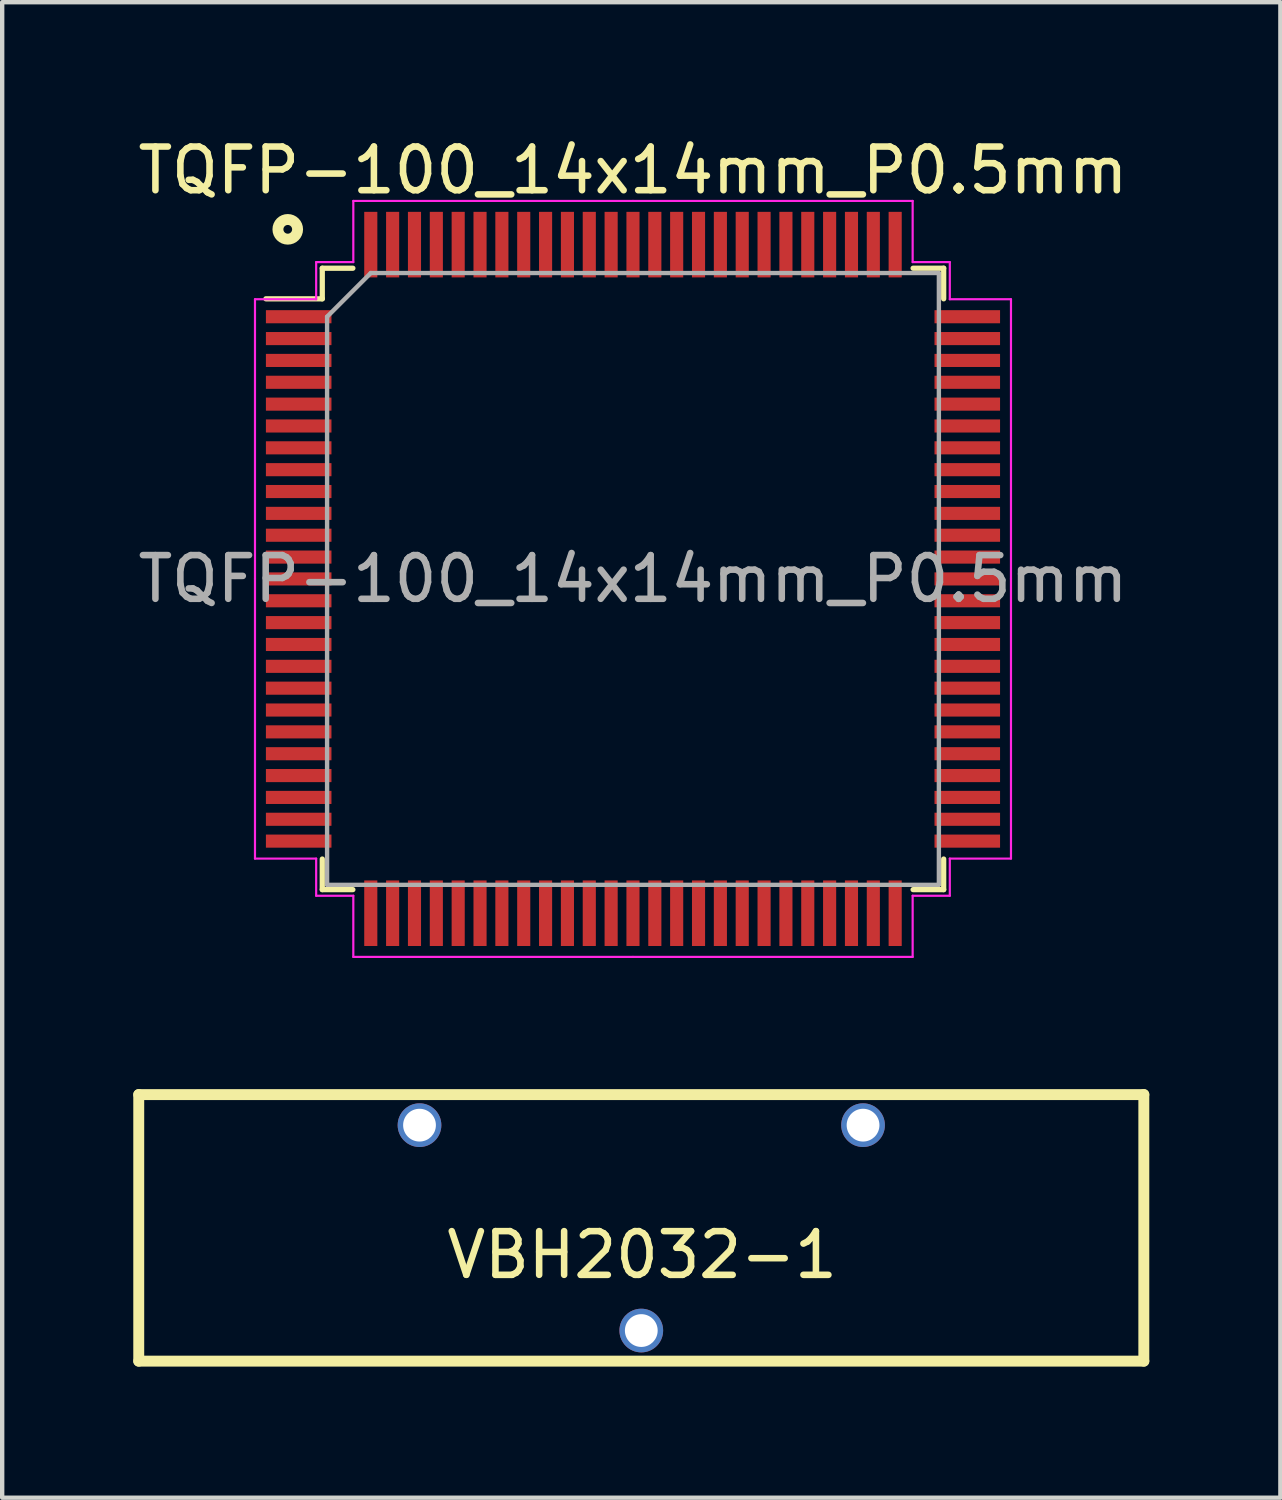
<source format=kicad_pcb>
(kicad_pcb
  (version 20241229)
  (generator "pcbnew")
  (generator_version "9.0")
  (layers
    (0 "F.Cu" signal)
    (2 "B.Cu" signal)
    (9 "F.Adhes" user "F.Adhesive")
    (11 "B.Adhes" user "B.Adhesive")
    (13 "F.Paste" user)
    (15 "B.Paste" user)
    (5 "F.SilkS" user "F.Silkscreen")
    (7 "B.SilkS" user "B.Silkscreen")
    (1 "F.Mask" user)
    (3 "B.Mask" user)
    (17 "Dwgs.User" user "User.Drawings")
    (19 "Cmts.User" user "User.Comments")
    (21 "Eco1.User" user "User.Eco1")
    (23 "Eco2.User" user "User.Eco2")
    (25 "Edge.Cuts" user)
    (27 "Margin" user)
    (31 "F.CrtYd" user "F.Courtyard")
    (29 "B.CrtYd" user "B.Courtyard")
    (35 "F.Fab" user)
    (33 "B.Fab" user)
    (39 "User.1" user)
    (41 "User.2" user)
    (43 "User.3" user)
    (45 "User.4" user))
  (footprint "VBH2032-1"
    (layer "F.Cu")
    (at 11.625 24.598)
    (property "Reference" "VBH2032-1" (at 0.02 1.07 0) (layer "F.SilkS") (effects (font (size 1 1) (thickness 0.15))))
    (attr through_hole)
    (fp_line (start -11.5 -2.6) (end 11.5 -2.6) (stroke (width 0.25) (type solid)) (layer "F.SilkS"))
    (fp_line (start -11.5 3.5) (end -11.5 -2.6) (stroke (width 0.25) (type solid)) (layer "F.SilkS"))
    (fp_line (start 11.5 -2.6) (end 11.5 3.5) (stroke (width 0.25) (type solid)) (layer "F.SilkS"))
    (fp_line (start 11.5 3.5) (end -11.5 3.5) (stroke (width 0.25) (type solid)) (layer "F.SilkS"))
    (pad "1" thru_hole circle (at 0 2.8) (size 1 1) (drill 0.75) (layers "*.Cu" "*.Mask"))
    (pad "2" thru_hole circle (at 5.075 -1.9) (size 1 1) (drill 0.75) (layers "*.Cu" "*.Mask"))
    (pad "3" thru_hole circle (at -5.075 -1.9) (size 1 1) (drill 0.75) (layers "*.Cu" "*.Mask")))
  (footprint "TQFP-100_14x14mm_P0.5mm"
    (layer "F.Cu")
    (at 11.435 10.198)
    (property "Reference" "TQFP-100_14x14mm_P0.5mm" (at 0 -9.35 0) (layer "F.SilkS") (effects (font (size 1 1) (thickness 0.15))))
    (attr smd)
    (fp_line (start -7.11 -7.11) (end -7.11 -6.41) (stroke (width 0.12) (type solid)) (layer "F.SilkS"))
    (fp_line (start -7.11 -6.41) (end -8.4 -6.41) (stroke (width 0.12) (type solid)) (layer "F.SilkS"))
    (fp_line (start -7.11 7.11) (end -7.11 6.41) (stroke (width 0.12) (type solid)) (layer "F.SilkS"))
    (fp_line (start -6.41 -7.11) (end -7.11 -7.11) (stroke (width 0.12) (type solid)) (layer "F.SilkS"))
    (fp_line (start -6.41 7.11) (end -7.11 7.11) (stroke (width 0.12) (type solid)) (layer "F.SilkS"))
    (fp_line (start 6.41 -7.11) (end 7.11 -7.11) (stroke (width 0.12) (type solid)) (layer "F.SilkS"))
    (fp_line (start 6.41 7.11) (end 7.11 7.11) (stroke (width 0.12) (type solid)) (layer "F.SilkS"))
    (fp_line (start 7.11 -7.11) (end 7.11 -6.41) (stroke (width 0.12) (type solid)) (layer "F.SilkS"))
    (fp_line (start 7.11 7.11) (end 7.11 6.41) (stroke (width 0.12) (type solid)) (layer "F.SilkS"))
    (fp_circle (center -7.9 -8) (end -7.9 -7.9) (stroke (width 0.25) (type solid)) (fill no) (layer "F.SilkS"))
    (fp_line (start -8.65 -6.4) (end -8.65 0) (stroke (width 0.05) (type solid)) (layer "F.CrtYd"))
    (fp_line (start -8.65 6.4) (end -8.65 0) (stroke (width 0.05) (type solid)) (layer "F.CrtYd"))
    (fp_line (start -7.25 -7.25) (end -7.25 -6.4) (stroke (width 0.05) (type solid)) (layer "F.CrtYd"))
    (fp_line (start -7.25 -6.4) (end -8.65 -6.4) (stroke (width 0.05) (type solid)) (layer "F.CrtYd"))
    (fp_line (start -7.25 6.4) (end -8.65 6.4) (stroke (width 0.05) (type solid)) (layer "F.CrtYd"))
    (fp_line (start -7.25 7.25) (end -7.25 6.4) (stroke (width 0.05) (type solid)) (layer "F.CrtYd"))
    (fp_line (start -6.4 -8.65) (end -6.4 -7.25) (stroke (width 0.05) (type solid)) (layer "F.CrtYd"))
    (fp_line (start -6.4 -7.25) (end -7.25 -7.25) (stroke (width 0.05) (type solid)) (layer "F.CrtYd"))
    (fp_line (start -6.4 7.25) (end -7.25 7.25) (stroke (width 0.05) (type solid)) (layer "F.CrtYd"))
    (fp_line (start -6.4 8.65) (end -6.4 7.25) (stroke (width 0.05) (type solid)) (layer "F.CrtYd"))
    (fp_line (start 0 -8.65) (end -6.4 -8.65) (stroke (width 0.05) (type solid)) (layer "F.CrtYd"))
    (fp_line (start 0 -8.65) (end 6.4 -8.65) (stroke (width 0.05) (type solid)) (layer "F.CrtYd"))
    (fp_line (start 0 8.65) (end -6.4 8.65) (stroke (width 0.05) (type solid)) (layer "F.CrtYd"))
    (fp_line (start 0 8.65) (end 6.4 8.65) (stroke (width 0.05) (type solid)) (layer "F.CrtYd"))
    (fp_line (start 6.4 -8.65) (end 6.4 -7.25) (stroke (width 0.05) (type solid)) (layer "F.CrtYd"))
    (fp_line (start 6.4 -7.25) (end 7.25 -7.25) (stroke (width 0.05) (type solid)) (layer "F.CrtYd"))
    (fp_line (start 6.4 7.25) (end 7.25 7.25) (stroke (width 0.05) (type solid)) (layer "F.CrtYd"))
    (fp_line (start 6.4 8.65) (end 6.4 7.25) (stroke (width 0.05) (type solid)) (layer "F.CrtYd"))
    (fp_line (start 7.25 -7.25) (end 7.25 -6.4) (stroke (width 0.05) (type solid)) (layer "F.CrtYd"))
    (fp_line (start 7.25 -6.4) (end 8.65 -6.4) (stroke (width 0.05) (type solid)) (layer "F.CrtYd"))
    (fp_line (start 7.25 6.4) (end 8.65 6.4) (stroke (width 0.05) (type solid)) (layer "F.CrtYd"))
    (fp_line (start 7.25 7.25) (end 7.25 6.4) (stroke (width 0.05) (type solid)) (layer "F.CrtYd"))
    (fp_line (start 8.65 -6.4) (end 8.65 0) (stroke (width 0.05) (type solid)) (layer "F.CrtYd"))
    (fp_line (start 8.65 6.4) (end 8.65 0) (stroke (width 0.05) (type solid)) (layer "F.CrtYd"))
    (fp_line (start -7 -6) (end -6 -7) (stroke (width 0.1) (type solid)) (layer "F.Fab"))
    (fp_line (start -7 7) (end -7 -6) (stroke (width 0.1) (type solid)) (layer "F.Fab"))
    (fp_line (start -6 -7) (end 7 -7) (stroke (width 0.1) (type solid)) (layer "F.Fab"))
    (fp_line (start 7 -7) (end 7 7) (stroke (width 0.1) (type solid)) (layer "F.Fab"))
    (fp_line (start 7 7) (end -7 7) (stroke (width 0.1) (type solid)) (layer "F.Fab"))
    (fp_text user "${REFERENCE}" (at 0 0 0) (layer "F.Fab") (effects (font (size 1 1) (thickness 0.15))))
    (pad "1" smd rect (at -7.65 -6) (size 1.5 0.3) (layers "F.Cu" "F.Mask" "F.Paste"))
    (pad "2" smd rect (at -7.65 -5.5) (size 1.5 0.3) (layers "F.Cu" "F.Mask" "F.Paste"))
    (pad "3" smd rect (at -7.65 -5) (size 1.5 0.3) (layers "F.Cu" "F.Mask" "F.Paste"))
    (pad "4" smd rect (at -7.65 -4.5) (size 1.5 0.3) (layers "F.Cu" "F.Mask" "F.Paste"))
    (pad "5" smd rect (at -7.65 -4) (size 1.5 0.3) (layers "F.Cu" "F.Mask" "F.Paste"))
    (pad "6" smd rect (at -7.65 -3.5) (size 1.5 0.3) (layers "F.Cu" "F.Mask" "F.Paste"))
    (pad "7" smd rect (at -7.65 -3) (size 1.5 0.3) (layers "F.Cu" "F.Mask" "F.Paste"))
    (pad "8" smd rect (at -7.65 -2.5) (size 1.5 0.3) (layers "F.Cu" "F.Mask" "F.Paste"))
    (pad "9" smd rect (at -7.65 -2) (size 1.5 0.3) (layers "F.Cu" "F.Mask" "F.Paste"))
    (pad "10" smd rect (at -7.65 -1.5) (size 1.5 0.3) (layers "F.Cu" "F.Mask" "F.Paste"))
    (pad "11" smd rect (at -7.65 -1) (size 1.5 0.3) (layers "F.Cu" "F.Mask" "F.Paste"))
    (pad "12" smd rect (at -7.65 -0.5) (size 1.5 0.3) (layers "F.Cu" "F.Mask" "F.Paste"))
    (pad "13" smd rect (at -7.65 0) (size 1.5 0.3) (layers "F.Cu" "F.Mask" "F.Paste"))
    (pad "14" smd rect (at -7.65 0.5) (size 1.5 0.3) (layers "F.Cu" "F.Mask" "F.Paste"))
    (pad "15" smd rect (at -7.65 1) (size 1.5 0.3) (layers "F.Cu" "F.Mask" "F.Paste"))
    (pad "16" smd rect (at -7.65 1.5) (size 1.5 0.3) (layers "F.Cu" "F.Mask" "F.Paste"))
    (pad "17" smd rect (at -7.65 2) (size 1.5 0.3) (layers "F.Cu" "F.Mask" "F.Paste"))
    (pad "18" smd rect (at -7.65 2.5) (size 1.5 0.3) (layers "F.Cu" "F.Mask" "F.Paste"))
    (pad "19" smd rect (at -7.65 3) (size 1.5 0.3) (layers "F.Cu" "F.Mask" "F.Paste"))
    (pad "20" smd rect (at -7.65 3.5) (size 1.5 0.3) (layers "F.Cu" "F.Mask" "F.Paste"))
    (pad "21" smd rect (at -7.65 4) (size 1.5 0.3) (layers "F.Cu" "F.Mask" "F.Paste"))
    (pad "22" smd rect (at -7.65 4.5) (size 1.5 0.3) (layers "F.Cu" "F.Mask" "F.Paste"))
    (pad "23" smd rect (at -7.65 5) (size 1.5 0.3) (layers "F.Cu" "F.Mask" "F.Paste"))
    (pad "24" smd rect (at -7.65 5.5) (size 1.5 0.3) (layers "F.Cu" "F.Mask" "F.Paste"))
    (pad "25" smd rect (at -7.65 6) (size 1.5 0.3) (layers "F.Cu" "F.Mask" "F.Paste"))
    (pad "26" smd rect (at -6 7.65) (size 0.3 1.5) (layers "F.Cu" "F.Mask" "F.Paste"))
    (pad "27" smd rect (at -5.5 7.65) (size 0.3 1.5) (layers "F.Cu" "F.Mask" "F.Paste"))
    (pad "28" smd rect (at -5 7.65) (size 0.3 1.5) (layers "F.Cu" "F.Mask" "F.Paste"))
    (pad "29" smd rect (at -4.5 7.65) (size 0.3 1.5) (layers "F.Cu" "F.Mask" "F.Paste"))
    (pad "30" smd rect (at -4 7.65) (size 0.3 1.5) (layers "F.Cu" "F.Mask" "F.Paste"))
    (pad "31" smd rect (at -3.5 7.65) (size 0.3 1.5) (layers "F.Cu" "F.Mask" "F.Paste"))
    (pad "32" smd rect (at -3 7.65) (size 0.3 1.5) (layers "F.Cu" "F.Mask" "F.Paste"))
    (pad "33" smd rect (at -2.5 7.65) (size 0.3 1.5) (layers "F.Cu" "F.Mask" "F.Paste"))
    (pad "34" smd rect (at -2 7.65) (size 0.3 1.5) (layers "F.Cu" "F.Mask" "F.Paste"))
    (pad "35" smd rect (at -1.5 7.65) (size 0.3 1.5) (layers "F.Cu" "F.Mask" "F.Paste"))
    (pad "36" smd rect (at -1 7.65) (size 0.3 1.5) (layers "F.Cu" "F.Mask" "F.Paste"))
    (pad "37" smd rect (at -0.5 7.65) (size 0.3 1.5) (layers "F.Cu" "F.Mask" "F.Paste"))
    (pad "38" smd rect (at 0 7.65) (size 0.3 1.5) (layers "F.Cu" "F.Mask" "F.Paste"))
    (pad "39" smd rect (at 0.5 7.65) (size 0.3 1.5) (layers "F.Cu" "F.Mask" "F.Paste"))
    (pad "40" smd rect (at 1 7.65) (size 0.3 1.5) (layers "F.Cu" "F.Mask" "F.Paste"))
    (pad "41" smd rect (at 1.5 7.65) (size 0.3 1.5) (layers "F.Cu" "F.Mask" "F.Paste"))
    (pad "42" smd rect (at 2 7.65) (size 0.3 1.5) (layers "F.Cu" "F.Mask" "F.Paste"))
    (pad "43" smd rect (at 2.5 7.65) (size 0.3 1.5) (layers "F.Cu" "F.Mask" "F.Paste"))
    (pad "44" smd rect (at 3 7.65) (size 0.3 1.5) (layers "F.Cu" "F.Mask" "F.Paste"))
    (pad "45" smd rect (at 3.5 7.65) (size 0.3 1.5) (layers "F.Cu" "F.Mask" "F.Paste"))
    (pad "46" smd rect (at 4 7.65) (size 0.3 1.5) (layers "F.Cu" "F.Mask" "F.Paste"))
    (pad "47" smd rect (at 4.5 7.65) (size 0.3 1.5) (layers "F.Cu" "F.Mask" "F.Paste"))
    (pad "48" smd rect (at 5 7.65) (size 0.3 1.5) (layers "F.Cu" "F.Mask" "F.Paste"))
    (pad "49" smd rect (at 5.5 7.65) (size 0.3 1.5) (layers "F.Cu" "F.Mask" "F.Paste"))
    (pad "50" smd rect (at 6 7.65) (size 0.3 1.5) (layers "F.Cu" "F.Mask" "F.Paste"))
    (pad "51" smd rect (at 7.65 6) (size 1.5 0.3) (layers "F.Cu" "F.Mask" "F.Paste"))
    (pad "52" smd rect (at 7.65 5.5) (size 1.5 0.3) (layers "F.Cu" "F.Mask" "F.Paste"))
    (pad "53" smd rect (at 7.65 5) (size 1.5 0.3) (layers "F.Cu" "F.Mask" "F.Paste"))
    (pad "54" smd rect (at 7.65 4.5) (size 1.5 0.3) (layers "F.Cu" "F.Mask" "F.Paste"))
    (pad "55" smd rect (at 7.65 4) (size 1.5 0.3) (layers "F.Cu" "F.Mask" "F.Paste"))
    (pad "56" smd rect (at 7.65 3.5) (size 1.5 0.3) (layers "F.Cu" "F.Mask" "F.Paste"))
    (pad "57" smd rect (at 7.65 3) (size 1.5 0.3) (layers "F.Cu" "F.Mask" "F.Paste"))
    (pad "58" smd rect (at 7.65 2.5) (size 1.5 0.3) (layers "F.Cu" "F.Mask" "F.Paste"))
    (pad "59" smd rect (at 7.65 2) (size 1.5 0.3) (layers "F.Cu" "F.Mask" "F.Paste"))
    (pad "60" smd rect (at 7.65 1.5) (size 1.5 0.3) (layers "F.Cu" "F.Mask" "F.Paste"))
    (pad "61" smd rect (at 7.65 1) (size 1.5 0.3) (layers "F.Cu" "F.Mask" "F.Paste"))
    (pad "62" smd rect (at 7.65 0.5) (size 1.5 0.3) (layers "F.Cu" "F.Mask" "F.Paste"))
    (pad "63" smd rect (at 7.65 0) (size 1.5 0.3) (layers "F.Cu" "F.Mask" "F.Paste"))
    (pad "64" smd rect (at 7.65 -0.5) (size 1.5 0.3) (layers "F.Cu" "F.Mask" "F.Paste"))
    (pad "65" smd rect (at 7.65 -1) (size 1.5 0.3) (layers "F.Cu" "F.Mask" "F.Paste"))
    (pad "66" smd rect (at 7.65 -1.5) (size 1.5 0.3) (layers "F.Cu" "F.Mask" "F.Paste"))
    (pad "67" smd rect (at 7.65 -2) (size 1.5 0.3) (layers "F.Cu" "F.Mask" "F.Paste"))
    (pad "68" smd rect (at 7.65 -2.5) (size 1.5 0.3) (layers "F.Cu" "F.Mask" "F.Paste"))
    (pad "69" smd rect (at 7.65 -3) (size 1.5 0.3) (layers "F.Cu" "F.Mask" "F.Paste"))
    (pad "70" smd rect (at 7.65 -3.5) (size 1.5 0.3) (layers "F.Cu" "F.Mask" "F.Paste"))
    (pad "71" smd rect (at 7.65 -4) (size 1.5 0.3) (layers "F.Cu" "F.Mask" "F.Paste"))
    (pad "72" smd rect (at 7.65 -4.5) (size 1.5 0.3) (layers "F.Cu" "F.Mask" "F.Paste"))
    (pad "73" smd rect (at 7.65 -5) (size 1.5 0.3) (layers "F.Cu" "F.Mask" "F.Paste"))
    (pad "74" smd rect (at 7.65 -5.5) (size 1.5 0.3) (layers "F.Cu" "F.Mask" "F.Paste"))
    (pad "75" smd rect (at 7.65 -6) (size 1.5 0.3) (layers "F.Cu" "F.Mask" "F.Paste"))
    (pad "76" smd rect (at 6 -7.65) (size 0.3 1.5) (layers "F.Cu" "F.Mask" "F.Paste"))
    (pad "77" smd rect (at 5.5 -7.65) (size 0.3 1.5) (layers "F.Cu" "F.Mask" "F.Paste"))
    (pad "78" smd rect (at 5 -7.65) (size 0.3 1.5) (layers "F.Cu" "F.Mask" "F.Paste"))
    (pad "79" smd rect (at 4.5 -7.65) (size 0.3 1.5) (layers "F.Cu" "F.Mask" "F.Paste"))
    (pad "80" smd rect (at 4 -7.65) (size 0.3 1.5) (layers "F.Cu" "F.Mask" "F.Paste"))
    (pad "81" smd rect (at 3.5 -7.65) (size 0.3 1.5) (layers "F.Cu" "F.Mask" "F.Paste"))
    (pad "82" smd rect (at 3 -7.65) (size 0.3 1.5) (layers "F.Cu" "F.Mask" "F.Paste"))
    (pad "83" smd rect (at 2.5 -7.65) (size 0.3 1.5) (layers "F.Cu" "F.Mask" "F.Paste"))
    (pad "84" smd rect (at 2 -7.65) (size 0.3 1.5) (layers "F.Cu" "F.Mask" "F.Paste"))
    (pad "85" smd rect (at 1.5 -7.65) (size 0.3 1.5) (layers "F.Cu" "F.Mask" "F.Paste"))
    (pad "86" smd rect (at 1 -7.65) (size 0.3 1.5) (layers "F.Cu" "F.Mask" "F.Paste"))
    (pad "87" smd rect (at 0.5 -7.65) (size 0.3 1.5) (layers "F.Cu" "F.Mask" "F.Paste"))
    (pad "88" smd rect (at 0 -7.65) (size 0.3 1.5) (layers "F.Cu" "F.Mask" "F.Paste"))
    (pad "89" smd rect (at -0.5 -7.65) (size 0.3 1.5) (layers "F.Cu" "F.Mask" "F.Paste"))
    (pad "90" smd rect (at -1 -7.65) (size 0.3 1.5) (layers "F.Cu" "F.Mask" "F.Paste"))
    (pad "91" smd rect (at -1.5 -7.65) (size 0.3 1.5) (layers "F.Cu" "F.Mask" "F.Paste"))
    (pad "92" smd rect (at -2 -7.65) (size 0.3 1.5) (layers "F.Cu" "F.Mask" "F.Paste"))
    (pad "93" smd rect (at -2.5 -7.65) (size 0.3 1.5) (layers "F.Cu" "F.Mask" "F.Paste"))
    (pad "94" smd rect (at -3 -7.65) (size 0.3 1.5) (layers "F.Cu" "F.Mask" "F.Paste"))
    (pad "95" smd rect (at -3.5 -7.65) (size 0.3 1.5) (layers "F.Cu" "F.Mask" "F.Paste"))
    (pad "96" smd rect (at -4 -7.65) (size 0.3 1.5) (layers "F.Cu" "F.Mask" "F.Paste"))
    (pad "97" smd rect (at -4.5 -7.65) (size 0.3 1.5) (layers "F.Cu" "F.Mask" "F.Paste"))
    (pad "98" smd rect (at -5 -7.65) (size 0.3 1.5) (layers "F.Cu" "F.Mask" "F.Paste"))
    (pad "99" smd rect (at -5.5 -7.65) (size 0.3 1.5) (layers "F.Cu" "F.Mask" "F.Paste"))
    (pad "100" smd rect (at -6 -7.65) (size 0.3 1.5) (layers "F.Cu" "F.Mask" "F.Paste")))
  (gr_rect
    (start -3 -3)
    (end 26.25 31.223)
    (stroke (width 0.1) (type default))
    (fill no)
    (layer "Edge.Cuts")))
</source>
